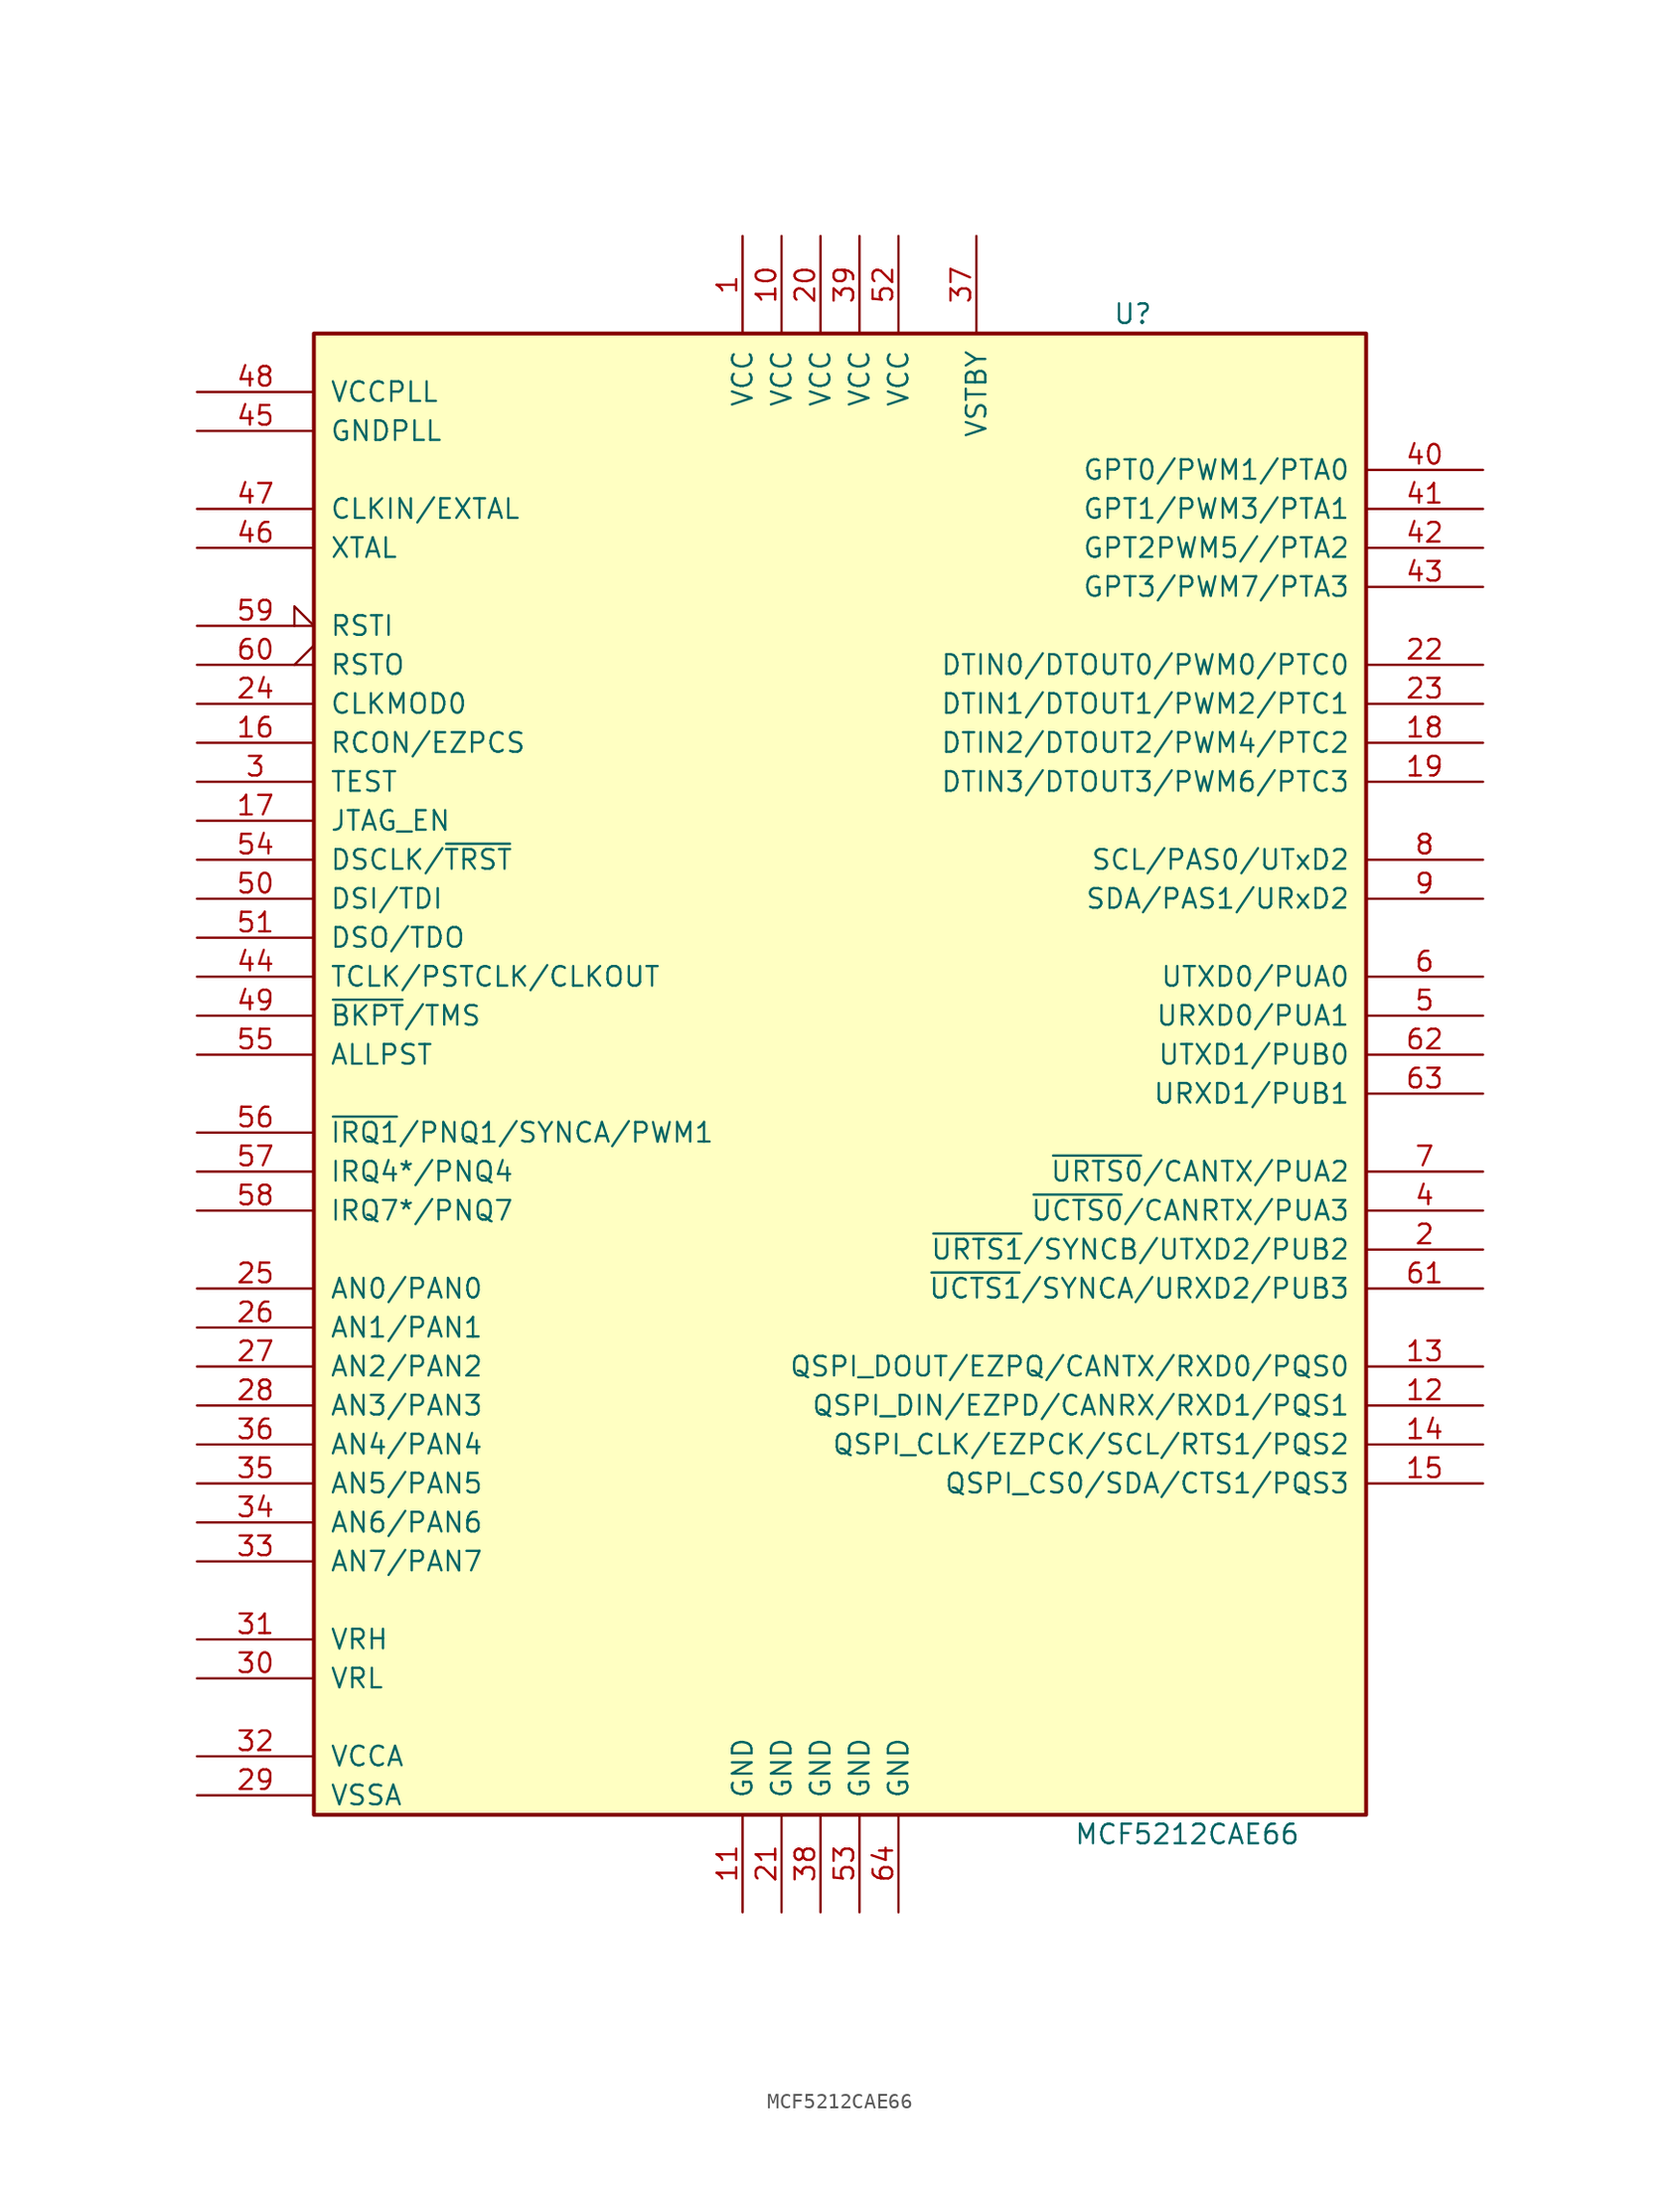
<source format=kicad_sym>
(kicad_symbol_lib
  (version 20220914)
  (generator kicad_symbol_editor)
  (symbol "MCF5212CAE66"
    (pin_names
      (offset 1.016))
    (property "Reference" "U"
      (at 19.05 50.8 0)
      (effects (font (size 1.27 1.27)) (justify left)))
    (property "Value" "MCF5212CAE66"
      (at 16.51 -48.26 0)
      (effects (font (size 1.27 1.27)) (justify left)))
    (symbol "MCF5212CAE66_0_1"
      (rectangle (start -33.02 49.53) (end 35.56 -46.99) (stroke (width 0.254) (type default)) (fill (type background))))
    (symbol "MCF5212CAE66_1_1"
      (pin power_in line (at -5.08 55.88 270) (length 6.35) (name "VCC" (effects (font (size 1.27 1.27)))) (number "1" (effects (font (size 1.27 1.27)))))
      (pin power_in line (at -2.54 55.88 270) (length 6.35) (name "VCC" (effects (font (size 1.27 1.27)))) (number "10" (effects (font (size 1.27 1.27)))))
      (pin power_in line (at -5.08 -53.34 90) (length 6.35) (name "GND" (effects (font (size 1.27 1.27)))) (number "11" (effects (font (size 1.27 1.27)))))
      (pin bidirectional line (at 43.18 -20.32 180) (length 7.62) (name "QSPI_DIN/EZPD/CANRX/RXD1/PQS1" (effects (font (size 1.27 1.27)))) (number "12" (effects (font (size 1.27 1.27)))))
      (pin bidirectional line (at 43.18 -17.78 180) (length 7.62) (name "QSPI_DOUT/EZPQ/CANTX/RXD0/PQS0" (effects (font (size 1.27 1.27)))) (number "13" (effects (font (size 1.27 1.27)))))
      (pin bidirectional line (at 43.18 -22.86 180) (length 7.62) (name "QSPI_CLK/EZPCK/SCL/RTS1/PQS2" (effects (font (size 1.27 1.27)))) (number "14" (effects (font (size 1.27 1.27)))))
      (pin bidirectional line (at 43.18 -25.4 180) (length 7.62) (name "QSPI_CS0/SDA/CTS1/PQS3" (effects (font (size 1.27 1.27)))) (number "15" (effects (font (size 1.27 1.27)))))
      (pin input line (at -40.64 22.86 0) (length 7.62) (name "RCON/EZPCS" (effects (font (size 1.27 1.27)))) (number "16" (effects (font (size 1.27 1.27)))))
      (pin input line (at -40.64 17.78 0) (length 7.62) (name "JTAG_EN" (effects (font (size 1.27 1.27)))) (number "17" (effects (font (size 1.27 1.27)))))
      (pin bidirectional line (at 43.18 22.86 180) (length 7.62) (name "DTIN2/DTOUT2/PWM4/PTC2" (effects (font (size 1.27 1.27)))) (number "18" (effects (font (size 1.27 1.27)))))
      (pin bidirectional line (at 43.18 20.32 180) (length 7.62) (name "DTIN3/DTOUT3/PWM6/PTC3" (effects (font (size 1.27 1.27)))) (number "19" (effects (font (size 1.27 1.27)))))
      (pin bidirectional line (at 43.18 -10.16 180) (length 7.62) (name "~{URTS1}/SYNCB/UTXD2/PUB2" (effects (font (size 1.27 1.27)))) (number "2" (effects (font (size 1.27 1.27)))))
      (pin power_in line (at 0 55.88 270) (length 6.35) (name "VCC" (effects (font (size 1.27 1.27)))) (number "20" (effects (font (size 1.27 1.27)))))
      (pin power_in line (at -2.54 -53.34 90) (length 6.35) (name "GND" (effects (font (size 1.27 1.27)))) (number "21" (effects (font (size 1.27 1.27)))))
      (pin bidirectional line (at 43.18 27.94 180) (length 7.62) (name "DTIN0/DTOUT0/PWM0/PTC0" (effects (font (size 1.27 1.27)))) (number "22" (effects (font (size 1.27 1.27)))))
      (pin bidirectional line (at 43.18 25.4 180) (length 7.62) (name "DTIN1/DTOUT1/PWM2/PTC1" (effects (font (size 1.27 1.27)))) (number "23" (effects (font (size 1.27 1.27)))))
      (pin input line (at -40.64 25.4 0) (length 7.62) (name "CLKMOD0" (effects (font (size 1.27 1.27)))) (number "24" (effects (font (size 1.27 1.27)))))
      (pin bidirectional line (at -40.64 -12.7 0) (length 7.62) (name "AN0/PAN0" (effects (font (size 1.27 1.27)))) (number "25" (effects (font (size 1.27 1.27)))))
      (pin bidirectional line (at -40.64 -15.24 0) (length 7.62) (name "AN1/PAN1" (effects (font (size 1.27 1.27)))) (number "26" (effects (font (size 1.27 1.27)))))
      (pin bidirectional line (at -40.64 -17.78 0) (length 7.62) (name "AN2/PAN2" (effects (font (size 1.27 1.27)))) (number "27" (effects (font (size 1.27 1.27)))))
      (pin bidirectional line (at -40.64 -20.32 0) (length 7.62) (name "AN3/PAN3" (effects (font (size 1.27 1.27)))) (number "28" (effects (font (size 1.27 1.27)))))
      (pin input line (at -40.64 -45.72 0) (length 7.62) (name "VSSA" (effects (font (size 1.27 1.27)))) (number "29" (effects (font (size 1.27 1.27)))))
      (pin input line (at -40.64 20.32 0) (length 7.62) (name "TEST" (effects (font (size 1.27 1.27)))) (number "3" (effects (font (size 1.27 1.27)))))
      (pin input line (at -40.64 -38.1 0) (length 7.62) (name "VRL" (effects (font (size 1.27 1.27)))) (number "30" (effects (font (size 1.27 1.27)))))
      (pin input line (at -40.64 -35.56 0) (length 7.62) (name "VRH" (effects (font (size 1.27 1.27)))) (number "31" (effects (font (size 1.27 1.27)))))
      (pin input line (at -40.64 -43.18 0) (length 7.62) (name "VCCA" (effects (font (size 1.27 1.27)))) (number "32" (effects (font (size 1.27 1.27)))))
      (pin bidirectional line (at -40.64 -30.48 0) (length 7.62) (name "AN7/PAN7" (effects (font (size 1.27 1.27)))) (number "33" (effects (font (size 1.27 1.27)))))
      (pin bidirectional line (at -40.64 -27.94 0) (length 7.62) (name "AN6/PAN6" (effects (font (size 1.27 1.27)))) (number "34" (effects (font (size 1.27 1.27)))))
      (pin bidirectional line (at -40.64 -25.4 0) (length 7.62) (name "AN5/PAN5" (effects (font (size 1.27 1.27)))) (number "35" (effects (font (size 1.27 1.27)))))
      (pin bidirectional line (at -40.64 -22.86 0) (length 7.62) (name "AN4/PAN4" (effects (font (size 1.27 1.27)))) (number "36" (effects (font (size 1.27 1.27)))))
      (pin power_in line (at 10.16 55.88 270) (length 6.35) (name "VSTBY" (effects (font (size 1.27 1.27)))) (number "37" (effects (font (size 1.27 1.27)))))
      (pin power_in line (at 0 -53.34 90) (length 6.35) (name "GND" (effects (font (size 1.27 1.27)))) (number "38" (effects (font (size 1.27 1.27)))))
      (pin power_in line (at 2.54 55.88 270) (length 6.35) (name "VCC" (effects (font (size 1.27 1.27)))) (number "39" (effects (font (size 1.27 1.27)))))
      (pin bidirectional line (at 43.18 -7.62 180) (length 7.62) (name "~{UCTS0}/CANRTX/PUA3" (effects (font (size 1.27 1.27)))) (number "4" (effects (font (size 1.27 1.27)))))
      (pin bidirectional line (at 43.18 40.64 180) (length 7.62) (name "GPT0/PWM1/PTA0" (effects (font (size 1.27 1.27)))) (number "40" (effects (font (size 1.27 1.27)))))
      (pin bidirectional line (at 43.18 38.1 180) (length 7.62) (name "GPT1/PWM3/PTA1" (effects (font (size 1.27 1.27)))) (number "41" (effects (font (size 1.27 1.27)))))
      (pin bidirectional line (at 43.18 35.56 180) (length 7.62) (name "GPT2PWM5//PTA2" (effects (font (size 1.27 1.27)))) (number "42" (effects (font (size 1.27 1.27)))))
      (pin bidirectional line (at 43.18 33.02 180) (length 7.62) (name "GPT3/PWM7/PTA3" (effects (font (size 1.27 1.27)))) (number "43" (effects (font (size 1.27 1.27)))))
      (pin input line (at -40.64 7.62 0) (length 7.62) (name "TCLK/PSTCLK/CLKOUT" (effects (font (size 1.27 1.27)))) (number "44" (effects (font (size 1.27 1.27)))))
      (pin passive line (at -40.64 43.18 0) (length 7.62) (name "GNDPLL" (effects (font (size 1.27 1.27)))) (number "45" (effects (font (size 1.27 1.27)))))
      (pin output line (at -40.64 35.56 0) (length 7.62) (name "XTAL" (effects (font (size 1.27 1.27)))) (number "46" (effects (font (size 1.27 1.27)))))
      (pin input line (at -40.64 38.1 0) (length 7.62) (name "CLKIN/EXTAL" (effects (font (size 1.27 1.27)))) (number "47" (effects (font (size 1.27 1.27)))))
      (pin passive line (at -40.64 45.72 0) (length 7.62) (name "VCCPLL" (effects (font (size 1.27 1.27)))) (number "48" (effects (font (size 1.27 1.27)))))
      (pin input line (at -40.64 5.08 0) (length 7.62) (name "~{BKPT}/TMS" (effects (font (size 1.27 1.27)))) (number "49" (effects (font (size 1.27 1.27)))))
      (pin bidirectional line (at 43.18 5.08 180) (length 7.62) (name "URXD0/PUA1" (effects (font (size 1.27 1.27)))) (number "5" (effects (font (size 1.27 1.27)))))
      (pin input line (at -40.64 12.7 0) (length 7.62) (name "DSI/TDI" (effects (font (size 1.27 1.27)))) (number "50" (effects (font (size 1.27 1.27)))))
      (pin output line (at -40.64 10.16 0) (length 7.62) (name "DSO/TDO" (effects (font (size 1.27 1.27)))) (number "51" (effects (font (size 1.27 1.27)))))
      (pin power_in line (at 5.08 55.88 270) (length 6.35) (name "VCC" (effects (font (size 1.27 1.27)))) (number "52" (effects (font (size 1.27 1.27)))))
      (pin power_in line (at 2.54 -53.34 90) (length 6.35) (name "GND" (effects (font (size 1.27 1.27)))) (number "53" (effects (font (size 1.27 1.27)))))
      (pin input line (at -40.64 15.24 0) (length 7.62) (name "DSCLK/~{TRST}" (effects (font (size 1.27 1.27)))) (number "54" (effects (font (size 1.27 1.27)))))
      (pin output line (at -40.64 2.54 0) (length 7.62) (name "ALLPST" (effects (font (size 1.27 1.27)))) (number "55" (effects (font (size 1.27 1.27)))))
      (pin bidirectional line (at -40.64 -2.54 0) (length 7.62) (name "~{IRQ1}/PNQ1/SYNCA/PWM1" (effects (font (size 1.27 1.27)))) (number "56" (effects (font (size 1.27 1.27)))))
      (pin bidirectional line (at -40.64 -5.08 0) (length 7.62) (name "IRQ4*/PNQ4" (effects (font (size 1.27 1.27)))) (number "57" (effects (font (size 1.27 1.27)))))
      (pin bidirectional line (at -40.64 -7.62 0) (length 7.62) (name "IRQ7*/PNQ7" (effects (font (size 1.27 1.27)))) (number "58" (effects (font (size 1.27 1.27)))))
      (pin input input_low (at -40.64 30.48 0) (length 7.62) (name "RSTI" (effects (font (size 1.27 1.27)))) (number "59" (effects (font (size 1.27 1.27)))))
      (pin bidirectional line (at 43.18 7.62 180) (length 7.62) (name "UTXD0/PUA0" (effects (font (size 1.27 1.27)))) (number "6" (effects (font (size 1.27 1.27)))))
      (pin output output_low (at -40.64 27.94 0) (length 7.62) (name "RSTO" (effects (font (size 1.27 1.27)))) (number "60" (effects (font (size 1.27 1.27)))))
      (pin bidirectional line (at 43.18 -12.7 180) (length 7.62) (name "~{UCTS1}/SYNCA/URXD2/PUB3" (effects (font (size 1.27 1.27)))) (number "61" (effects (font (size 1.27 1.27)))))
      (pin bidirectional line (at 43.18 2.54 180) (length 7.62) (name "UTXD1/PUB0" (effects (font (size 1.27 1.27)))) (number "62" (effects (font (size 1.27 1.27)))))
      (pin bidirectional line (at 43.18 0 180) (length 7.62) (name "URXD1/PUB1" (effects (font (size 1.27 1.27)))) (number "63" (effects (font (size 1.27 1.27)))))
      (pin power_in line (at 5.08 -53.34 90) (length 6.35) (name "GND" (effects (font (size 1.27 1.27)))) (number "64" (effects (font (size 1.27 1.27)))))
      (pin bidirectional line (at 43.18 -5.08 180) (length 7.62) (name "~{URTS0}/CANTX/PUA2" (effects (font (size 1.27 1.27)))) (number "7" (effects (font (size 1.27 1.27)))))
      (pin bidirectional line (at 43.18 15.24 180) (length 7.62) (name "SCL/PAS0/UTxD2" (effects (font (size 1.27 1.27)))) (number "8" (effects (font (size 1.27 1.27)))))
      (pin bidirectional line (at 43.18 12.7 180) (length 7.62) (name "SDA/PAS1/URxD2" (effects (font (size 1.27 1.27)))) (number "9" (effects (font (size 1.27 1.27))))))))
</source>
